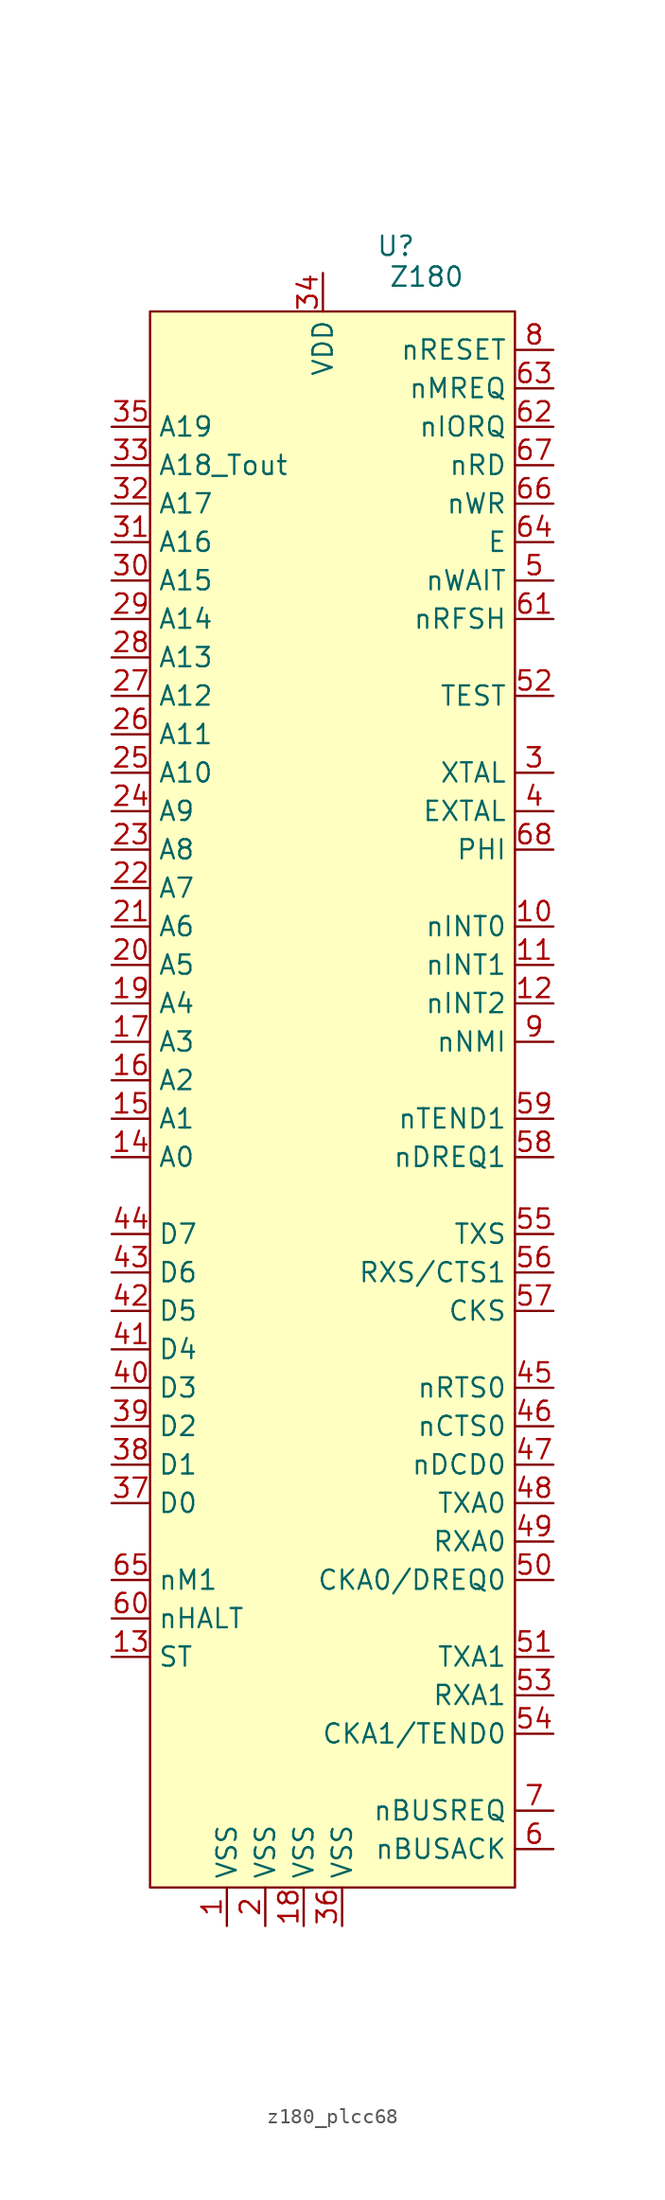
<source format=kicad_sym>
(kicad_symbol_lib
  (version 20231120)
  (generator "kicad_symbol_editor")
  (generator_version "8.0")
  (symbol "z180_plcc68"
    (property "Reference" "U"
      (at 9.906 -0.762 0)
      (effects (font (size 1.27 1.27))))
    (property "Value" "Z180"
      (at 11.938 -2.794 0)
      (effects (font (size 1.27 1.27))))
    (symbol "z180_plcc68_1_1"
      (rectangle (start -6.35 -5.08) (end 17.78 -109.22) (stroke (width 0) (type default)) (fill (type background)))
      (pin passive line (at -1.27 -111.76 90) (length 2.54) (name "VSS" (effects (font (size 1.27 1.27)))) (number "1" (effects (font (size 1.27 1.27)))))
      (pin input line (at 20.32 -45.72 180) (length 2.54) (name "nINT0" (effects (font (size 1.27 1.27)))) (number "10" (effects (font (size 1.27 1.27)))))
      (pin input line (at 20.32 -48.26 180) (length 2.54) (name "nINT1" (effects (font (size 1.27 1.27)))) (number "11" (effects (font (size 1.27 1.27)))))
      (pin input line (at 20.32 -50.8 180) (length 2.54) (name "nINT2" (effects (font (size 1.27 1.27)))) (number "12" (effects (font (size 1.27 1.27)))))
      (pin output line (at -8.89 -93.98 0) (length 2.54) (name "ST" (effects (font (size 1.27 1.27)))) (number "13" (effects (font (size 1.27 1.27)))))
      (pin bidirectional line (at -8.89 -60.96 0) (length 2.54) (name "A0" (effects (font (size 1.27 1.27)))) (number "14" (effects (font (size 1.27 1.27)))))
      (pin bidirectional line (at -8.89 -58.42 0) (length 2.54) (name "A1" (effects (font (size 1.27 1.27)))) (number "15" (effects (font (size 1.27 1.27)))))
      (pin bidirectional line (at -8.89 -55.88 0) (length 2.54) (name "A2" (effects (font (size 1.27 1.27)))) (number "16" (effects (font (size 1.27 1.27)))))
      (pin bidirectional line (at -8.89 -53.34 0) (length 2.54) (name "A3" (effects (font (size 1.27 1.27)))) (number "17" (effects (font (size 1.27 1.27)))))
      (pin passive line (at 3.81 -111.76 90) (length 2.54) (name "VSS" (effects (font (size 1.27 1.27)))) (number "18" (effects (font (size 1.27 1.27)))))
      (pin bidirectional line (at -8.89 -50.8 0) (length 2.54) (name "A4" (effects (font (size 1.27 1.27)))) (number "19" (effects (font (size 1.27 1.27)))))
      (pin passive line (at 1.27 -111.76 90) (length 2.54) (name "VSS" (effects (font (size 1.27 1.27)))) (number "2" (effects (font (size 1.27 1.27)))))
      (pin bidirectional line (at -8.89 -48.26 0) (length 2.54) (name "A5" (effects (font (size 1.27 1.27)))) (number "20" (effects (font (size 1.27 1.27)))))
      (pin bidirectional line (at -8.89 -45.72 0) (length 2.54) (name "A6" (effects (font (size 1.27 1.27)))) (number "21" (effects (font (size 1.27 1.27)))))
      (pin bidirectional line (at -8.89 -43.18 0) (length 2.54) (name "A7" (effects (font (size 1.27 1.27)))) (number "22" (effects (font (size 1.27 1.27)))))
      (pin bidirectional line (at -8.89 -40.64 0) (length 2.54) (name "A8" (effects (font (size 1.27 1.27)))) (number "23" (effects (font (size 1.27 1.27)))))
      (pin bidirectional line (at -8.89 -38.1 0) (length 2.54) (name "A9" (effects (font (size 1.27 1.27)))) (number "24" (effects (font (size 1.27 1.27)))))
      (pin bidirectional line (at -8.89 -35.56 0) (length 2.54) (name "A10" (effects (font (size 1.27 1.27)))) (number "25" (effects (font (size 1.27 1.27)))))
      (pin bidirectional line (at -8.89 -33.02 0) (length 2.54) (name "A11" (effects (font (size 1.27 1.27)))) (number "26" (effects (font (size 1.27 1.27)))))
      (pin bidirectional line (at -8.89 -30.48 0) (length 2.54) (name "A12" (effects (font (size 1.27 1.27)))) (number "27" (effects (font (size 1.27 1.27)))))
      (pin bidirectional line (at -8.89 -27.94 0) (length 2.54) (name "A13" (effects (font (size 1.27 1.27)))) (number "28" (effects (font (size 1.27 1.27)))))
      (pin bidirectional line (at -8.89 -25.4 0) (length 2.54) (name "A14" (effects (font (size 1.27 1.27)))) (number "29" (effects (font (size 1.27 1.27)))))
      (pin passive line (at 20.32 -35.56 180) (length 2.54) (name "XTAL" (effects (font (size 1.27 1.27)))) (number "3" (effects (font (size 1.27 1.27)))))
      (pin bidirectional line (at -8.89 -22.86 0) (length 2.54) (name "A15" (effects (font (size 1.27 1.27)))) (number "30" (effects (font (size 1.27 1.27)))))
      (pin bidirectional line (at -8.89 -20.32 0) (length 2.54) (name "A16" (effects (font (size 1.27 1.27)))) (number "31" (effects (font (size 1.27 1.27)))))
      (pin bidirectional line (at -8.89 -17.78 0) (length 2.54) (name "A17" (effects (font (size 1.27 1.27)))) (number "32" (effects (font (size 1.27 1.27)))))
      (pin bidirectional line (at -8.89 -15.24 0) (length 2.54) (name "A18_Tout" (effects (font (size 1.27 1.27)))) (number "33" (effects (font (size 1.27 1.27)))))
      (pin power_in line (at 5.08 -2.54 270) (length 2.54) (name "VDD" (effects (font (size 1.27 1.27)))) (number "34" (effects (font (size 1.27 1.27)))))
      (pin bidirectional line (at -8.89 -12.7 0) (length 2.54) (name "A19" (effects (font (size 1.27 1.27)))) (number "35" (effects (font (size 1.27 1.27)))))
      (pin passive line (at 6.35 -111.76 90) (length 2.54) (name "VSS" (effects (font (size 1.27 1.27)))) (number "36" (effects (font (size 1.27 1.27)))))
      (pin bidirectional line (at -8.89 -83.82 0) (length 2.54) (name "D0" (effects (font (size 1.27 1.27)))) (number "37" (effects (font (size 1.27 1.27)))))
      (pin bidirectional line (at -8.89 -81.28 0) (length 2.54) (name "D1" (effects (font (size 1.27 1.27)))) (number "38" (effects (font (size 1.27 1.27)))))
      (pin bidirectional line (at -8.89 -78.74 0) (length 2.54) (name "D2" (effects (font (size 1.27 1.27)))) (number "39" (effects (font (size 1.27 1.27)))))
      (pin input line (at 20.32 -38.1 180) (length 2.54) (name "EXTAL" (effects (font (size 1.27 1.27)))) (number "4" (effects (font (size 1.27 1.27)))))
      (pin bidirectional line (at -8.89 -76.2 0) (length 2.54) (name "D3" (effects (font (size 1.27 1.27)))) (number "40" (effects (font (size 1.27 1.27)))))
      (pin bidirectional line (at -8.89 -73.66 0) (length 2.54) (name "D4" (effects (font (size 1.27 1.27)))) (number "41" (effects (font (size 1.27 1.27)))))
      (pin bidirectional line (at -8.89 -71.12 0) (length 2.54) (name "D5" (effects (font (size 1.27 1.27)))) (number "42" (effects (font (size 1.27 1.27)))))
      (pin bidirectional line (at -8.89 -68.58 0) (length 2.54) (name "D6" (effects (font (size 1.27 1.27)))) (number "43" (effects (font (size 1.27 1.27)))))
      (pin bidirectional line (at -8.89 -66.04 0) (length 2.54) (name "D7" (effects (font (size 1.27 1.27)))) (number "44" (effects (font (size 1.27 1.27)))))
      (pin output line (at 20.32 -76.2 180) (length 2.54) (name "nRTS0" (effects (font (size 1.27 1.27)))) (number "45" (effects (font (size 1.27 1.27)))))
      (pin input line (at 20.32 -78.74 180) (length 2.54) (name "nCTS0" (effects (font (size 1.27 1.27)))) (number "46" (effects (font (size 1.27 1.27)))))
      (pin input line (at 20.32 -81.28 180) (length 2.54) (name "nDCD0" (effects (font (size 1.27 1.27)))) (number "47" (effects (font (size 1.27 1.27)))))
      (pin output line (at 20.32 -83.82 180) (length 2.54) (name "TXA0" (effects (font (size 1.27 1.27)))) (number "48" (effects (font (size 1.27 1.27)))))
      (pin input line (at 20.32 -86.36 180) (length 2.54) (name "RXA0" (effects (font (size 1.27 1.27)))) (number "49" (effects (font (size 1.27 1.27)))))
      (pin input line (at 20.32 -22.86 180) (length 2.54) (name "nWAIT" (effects (font (size 1.27 1.27)))) (number "5" (effects (font (size 1.27 1.27)))))
      (pin bidirectional line (at 20.32 -88.9 180) (length 2.54) (name "CKA0/DREQ0" (effects (font (size 1.27 1.27)))) (number "50" (effects (font (size 1.27 1.27)))))
      (pin output line (at 20.32 -93.98 180) (length 2.54) (name "TXA1" (effects (font (size 1.27 1.27)))) (number "51" (effects (font (size 1.27 1.27)))))
      (pin passive line (at 20.32 -30.48 180) (length 2.54) (name "TEST" (effects (font (size 1.27 1.27)))) (number "52" (effects (font (size 1.27 1.27)))))
      (pin input line (at 20.32 -96.52 180) (length 2.54) (name "RXA1" (effects (font (size 1.27 1.27)))) (number "53" (effects (font (size 1.27 1.27)))))
      (pin bidirectional line (at 20.32 -99.06 180) (length 2.54) (name "CKA1/TEND0" (effects (font (size 1.27 1.27)))) (number "54" (effects (font (size 1.27 1.27)))))
      (pin output line (at 20.32 -66.04 180) (length 2.54) (name "TXS" (effects (font (size 1.27 1.27)))) (number "55" (effects (font (size 1.27 1.27)))))
      (pin input line (at 20.32 -68.58 180) (length 2.54) (name "RXS/CTS1" (effects (font (size 1.27 1.27)))) (number "56" (effects (font (size 1.27 1.27)))))
      (pin bidirectional line (at 20.32 -71.12 180) (length 2.54) (name "CKS" (effects (font (size 1.27 1.27)))) (number "57" (effects (font (size 1.27 1.27)))))
      (pin input line (at 20.32 -60.96 180) (length 2.54) (name "nDREQ1" (effects (font (size 1.27 1.27)))) (number "58" (effects (font (size 1.27 1.27)))))
      (pin output line (at 20.32 -58.42 180) (length 2.54) (name "nTEND1" (effects (font (size 1.27 1.27)))) (number "59" (effects (font (size 1.27 1.27)))))
      (pin output line (at 20.32 -106.68 180) (length 2.54) (name "nBUSACK" (effects (font (size 1.27 1.27)))) (number "6" (effects (font (size 1.27 1.27)))))
      (pin output line (at -8.89 -91.44 0) (length 2.54) (name "nHALT" (effects (font (size 1.27 1.27)))) (number "60" (effects (font (size 1.27 1.27)))))
      (pin output line (at 20.32 -25.4 180) (length 2.54) (name "nRFSH" (effects (font (size 1.27 1.27)))) (number "61" (effects (font (size 1.27 1.27)))))
      (pin output line (at 20.32 -12.7 180) (length 2.54) (name "nIORQ" (effects (font (size 1.27 1.27)))) (number "62" (effects (font (size 1.27 1.27)))))
      (pin output line (at 20.32 -10.16 180) (length 2.54) (name "nMREQ" (effects (font (size 1.27 1.27)))) (number "63" (effects (font (size 1.27 1.27)))))
      (pin output line (at 20.32 -20.32 180) (length 2.54) (name "E" (effects (font (size 1.27 1.27)))) (number "64" (effects (font (size 1.27 1.27)))))
      (pin output line (at -8.89 -88.9 0) (length 2.54) (name "nM1" (effects (font (size 1.27 1.27)))) (number "65" (effects (font (size 1.27 1.27)))))
      (pin output line (at 20.32 -17.78 180) (length 2.54) (name "nWR" (effects (font (size 1.27 1.27)))) (number "66" (effects (font (size 1.27 1.27)))))
      (pin output line (at 20.32 -15.24 180) (length 2.54) (name "nRD" (effects (font (size 1.27 1.27)))) (number "67" (effects (font (size 1.27 1.27)))))
      (pin output line (at 20.32 -40.64 180) (length 2.54) (name "PHI" (effects (font (size 1.27 1.27)))) (number "68" (effects (font (size 1.27 1.27)))))
      (pin input line (at 20.32 -104.14 180) (length 2.54) (name "nBUSREQ" (effects (font (size 1.27 1.27)))) (number "7" (effects (font (size 1.27 1.27)))))
      (pin input line (at 20.32 -7.62 180) (length 2.54) (name "nRESET" (effects (font (size 1.27 1.27)))) (number "8" (effects (font (size 1.27 1.27)))))
      (pin input line (at 20.32 -53.34 180) (length 2.54) (name "nNMI" (effects (font (size 1.27 1.27)))) (number "9" (effects (font (size 1.27 1.27))))))))
</source>
